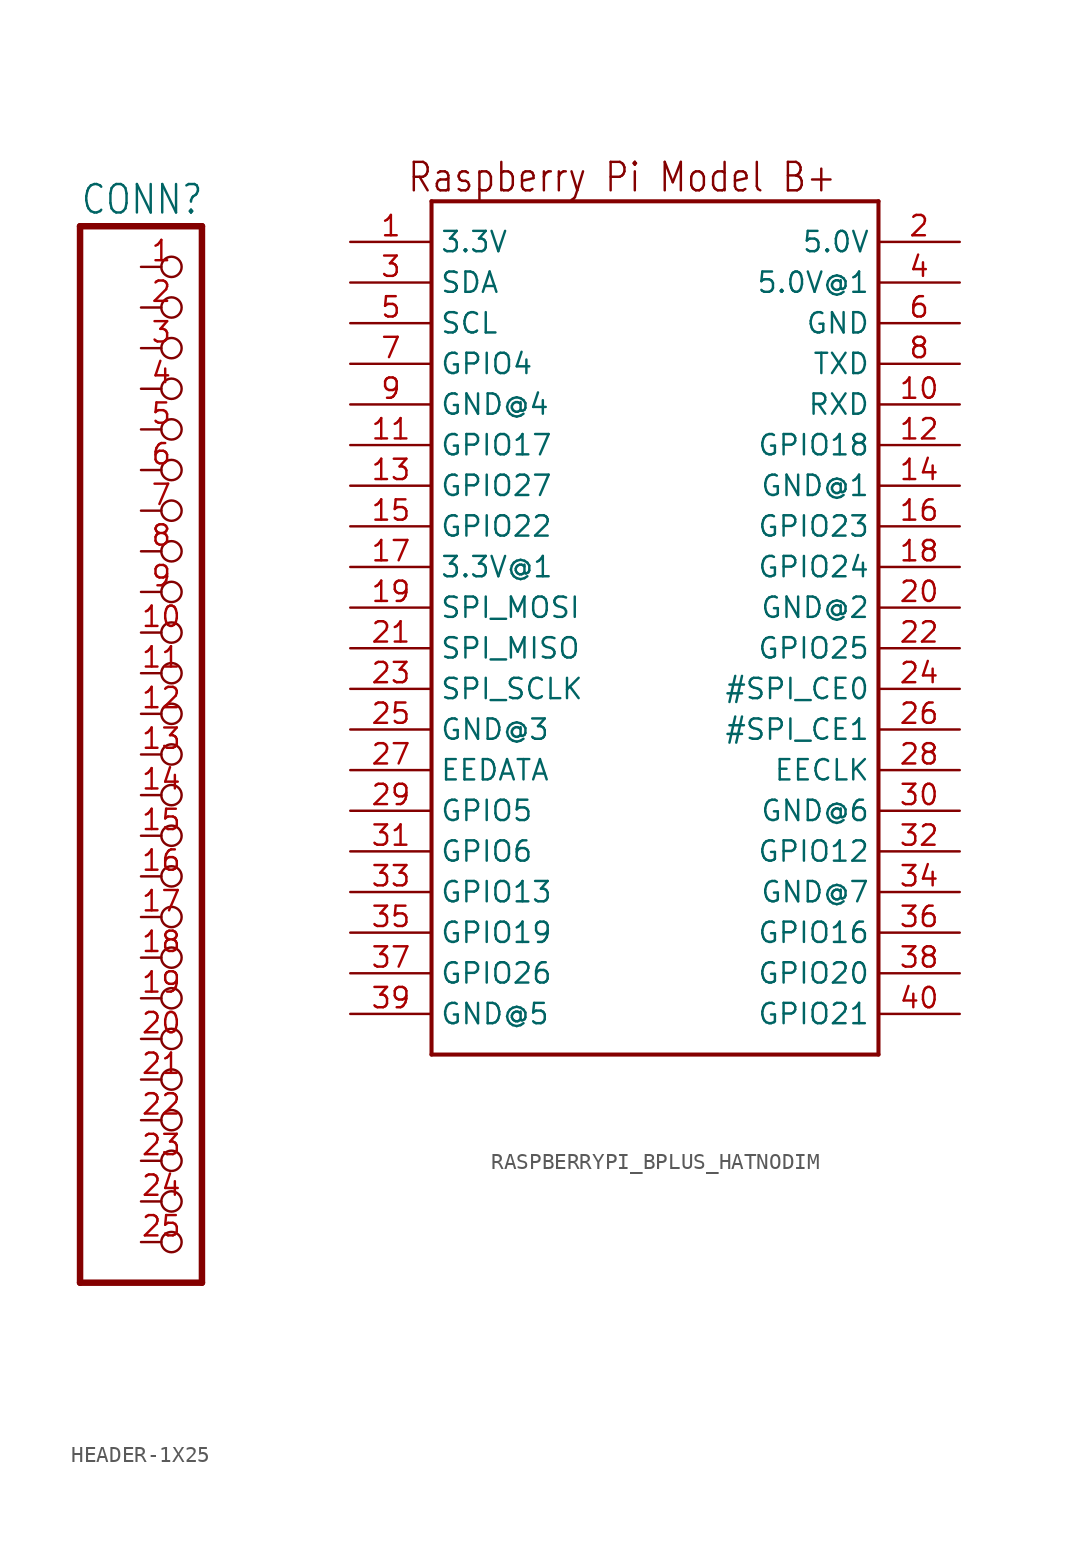
<source format=kicad_sym>
(kicad_symbol_lib
  (version 20231120)
  (generator "kicad_symbol_editor")
  (generator_version "8.0")
  (symbol "HEADER-1X25"
    (property "Reference" "CONN"
      (at -3.81 33.655 0)
      (effects (font (size 1.778 1.511)) (justify left bottom)))
    (property "Value" ""
      (at -3.81 -35.56 0)
      (effects (font (size 1.778 1.511)) (justify left bottom)))
    (property "ki_locked" ""
      (at 0 0 0)
      (effects (font (size 1.27 1.27))))
    (symbol "HEADER-1X25_1_0"
      (polyline (pts (xy -3.81 -33.02) (xy 3.81 -33.02)) (stroke (width 0.406) (type solid)) (fill (type none)))
      (polyline (pts (xy -3.81 33.02) (xy -3.81 -33.02)) (stroke (width 0.406) (type solid)) (fill (type none)))
      (polyline (pts (xy 3.81 -33.02) (xy 3.81 33.02)) (stroke (width 0.406) (type solid)) (fill (type none)))
      (polyline (pts (xy 3.81 33.02) (xy -3.81 33.02)) (stroke (width 0.406) (type solid)) (fill (type none)))
      (pin passive inverted (at 0 30.48 0) (length 2.54) (name "1" (effects (font (size 0 0)))) (number "1" (effects (font (size 1.27 1.27)))))
      (pin passive inverted (at 0 7.62 0) (length 2.54) (name "10" (effects (font (size 0 0)))) (number "10" (effects (font (size 1.27 1.27)))))
      (pin passive inverted (at 0 5.08 0) (length 2.54) (name "11" (effects (font (size 0 0)))) (number "11" (effects (font (size 1.27 1.27)))))
      (pin passive inverted (at 0 2.54 0) (length 2.54) (name "12" (effects (font (size 0 0)))) (number "12" (effects (font (size 1.27 1.27)))))
      (pin passive inverted (at 0 0 0) (length 2.54) (name "13" (effects (font (size 0 0)))) (number "13" (effects (font (size 1.27 1.27)))))
      (pin passive inverted (at 0 -2.54 0) (length 2.54) (name "14" (effects (font (size 0 0)))) (number "14" (effects (font (size 1.27 1.27)))))
      (pin passive inverted (at 0 -5.08 0) (length 2.54) (name "15" (effects (font (size 0 0)))) (number "15" (effects (font (size 1.27 1.27)))))
      (pin passive inverted (at 0 -7.62 0) (length 2.54) (name "16" (effects (font (size 0 0)))) (number "16" (effects (font (size 1.27 1.27)))))
      (pin passive inverted (at 0 -10.16 0) (length 2.54) (name "17" (effects (font (size 0 0)))) (number "17" (effects (font (size 1.27 1.27)))))
      (pin passive inverted (at 0 -12.7 0) (length 2.54) (name "18" (effects (font (size 0 0)))) (number "18" (effects (font (size 1.27 1.27)))))
      (pin passive inverted (at 0 -15.24 0) (length 2.54) (name "19" (effects (font (size 0 0)))) (number "19" (effects (font (size 1.27 1.27)))))
      (pin passive inverted (at 0 27.94 0) (length 2.54) (name "2" (effects (font (size 0 0)))) (number "2" (effects (font (size 1.27 1.27)))))
      (pin passive inverted (at 0 -17.78 0) (length 2.54) (name "20" (effects (font (size 0 0)))) (number "20" (effects (font (size 1.27 1.27)))))
      (pin passive inverted (at 0 -20.32 0) (length 2.54) (name "21" (effects (font (size 0 0)))) (number "21" (effects (font (size 1.27 1.27)))))
      (pin passive inverted (at 0 -22.86 0) (length 2.54) (name "22" (effects (font (size 0 0)))) (number "22" (effects (font (size 1.27 1.27)))))
      (pin passive inverted (at 0 -25.4 0) (length 2.54) (name "23" (effects (font (size 0 0)))) (number "23" (effects (font (size 1.27 1.27)))))
      (pin passive inverted (at 0 -27.94 0) (length 2.54) (name "24" (effects (font (size 0 0)))) (number "24" (effects (font (size 1.27 1.27)))))
      (pin passive inverted (at 0 -30.48 0) (length 2.54) (name "25" (effects (font (size 0 0)))) (number "25" (effects (font (size 1.27 1.27)))))
      (pin passive inverted (at 0 25.4 0) (length 2.54) (name "3" (effects (font (size 0 0)))) (number "3" (effects (font (size 1.27 1.27)))))
      (pin passive inverted (at 0 22.86 0) (length 2.54) (name "4" (effects (font (size 0 0)))) (number "4" (effects (font (size 1.27 1.27)))))
      (pin passive inverted (at 0 20.32 0) (length 2.54) (name "5" (effects (font (size 0 0)))) (number "5" (effects (font (size 1.27 1.27)))))
      (pin passive inverted (at 0 17.78 0) (length 2.54) (name "6" (effects (font (size 0 0)))) (number "6" (effects (font (size 1.27 1.27)))))
      (pin passive inverted (at 0 15.24 0) (length 2.54) (name "7" (effects (font (size 0 0)))) (number "7" (effects (font (size 1.27 1.27)))))
      (pin passive inverted (at 0 12.7 0) (length 2.54) (name "8" (effects (font (size 0 0)))) (number "8" (effects (font (size 1.27 1.27)))))
      (pin passive inverted (at 0 10.16 0) (length 2.54) (name "9" (effects (font (size 0 0)))) (number "9" (effects (font (size 1.27 1.27)))))))
  (symbol "RASPBERRYPI_BPLUS_HATNODIM"
    (property "Reference" "RPI"
      (at 0 0 0)
      (effects (font (size 1.27 1.27)) (hide yes)))
    (property "ki_locked" ""
      (at 0 0 0)
      (effects (font (size 1.27 1.27))))
    (symbol "RASPBERRYPI_BPLUS_HATNODIM_1_0"
      (polyline (pts (xy -12.7 -30.48) (xy -12.7 22.86)) (stroke (width 0.254) (type solid)) (fill (type none)))
      (polyline (pts (xy -12.7 22.86) (xy 15.24 22.86)) (stroke (width 0.254) (type solid)) (fill (type none)))
      (polyline (pts (xy 15.24 -30.48) (xy -12.7 -30.48)) (stroke (width 0.254) (type solid)) (fill (type none)))
      (polyline (pts (xy 15.24 22.86) (xy 15.24 -30.48)) (stroke (width 0.254) (type solid)) (fill (type none)))
      (text "Raspberry Pi Model B+" (at 12.7 25.4 0) (effects (font (size 1.778 1.511)) (justify right top)))
      (pin power_in line (at -17.78 20.32 0) (length 5.08) (name "3.3V" (effects (font (size 1.27 1.27)))) (number "1" (effects (font (size 1.27 1.27)))))
      (pin bidirectional line (at 20.32 10.16 180) (length 5.08) (name "RXD" (effects (font (size 1.27 1.27)))) (number "10" (effects (font (size 1.27 1.27)))))
      (pin bidirectional line (at -17.78 7.62 0) (length 5.08) (name "GPIO17" (effects (font (size 1.27 1.27)))) (number "11" (effects (font (size 1.27 1.27)))))
      (pin bidirectional line (at 20.32 7.62 180) (length 5.08) (name "GPIO18" (effects (font (size 1.27 1.27)))) (number "12" (effects (font (size 1.27 1.27)))))
      (pin bidirectional line (at -17.78 5.08 0) (length 5.08) (name "GPIO27" (effects (font (size 1.27 1.27)))) (number "13" (effects (font (size 1.27 1.27)))))
      (pin power_in line (at 20.32 5.08 180) (length 5.08) (name "GND@1" (effects (font (size 1.27 1.27)))) (number "14" (effects (font (size 1.27 1.27)))))
      (pin bidirectional line (at -17.78 2.54 0) (length 5.08) (name "GPIO22" (effects (font (size 1.27 1.27)))) (number "15" (effects (font (size 1.27 1.27)))))
      (pin bidirectional line (at 20.32 2.54 180) (length 5.08) (name "GPIO23" (effects (font (size 1.27 1.27)))) (number "16" (effects (font (size 1.27 1.27)))))
      (pin power_in line (at -17.78 0 0) (length 5.08) (name "3.3V@1" (effects (font (size 1.27 1.27)))) (number "17" (effects (font (size 1.27 1.27)))))
      (pin bidirectional line (at 20.32 0 180) (length 5.08) (name "GPIO24" (effects (font (size 1.27 1.27)))) (number "18" (effects (font (size 1.27 1.27)))))
      (pin bidirectional line (at -17.78 -2.54 0) (length 5.08) (name "SPI_MOSI" (effects (font (size 1.27 1.27)))) (number "19" (effects (font (size 1.27 1.27)))))
      (pin power_in line (at 20.32 20.32 180) (length 5.08) (name "5.0V" (effects (font (size 1.27 1.27)))) (number "2" (effects (font (size 1.27 1.27)))))
      (pin power_in line (at 20.32 -2.54 180) (length 5.08) (name "GND@2" (effects (font (size 1.27 1.27)))) (number "20" (effects (font (size 1.27 1.27)))))
      (pin bidirectional line (at -17.78 -5.08 0) (length 5.08) (name "SPI_MISO" (effects (font (size 1.27 1.27)))) (number "21" (effects (font (size 1.27 1.27)))))
      (pin bidirectional line (at 20.32 -5.08 180) (length 5.08) (name "GPIO25" (effects (font (size 1.27 1.27)))) (number "22" (effects (font (size 1.27 1.27)))))
      (pin bidirectional line (at -17.78 -7.62 0) (length 5.08) (name "SPI_SCLK" (effects (font (size 1.27 1.27)))) (number "23" (effects (font (size 1.27 1.27)))))
      (pin bidirectional line (at 20.32 -7.62 180) (length 5.08) (name "#SPI_CE0" (effects (font (size 1.27 1.27)))) (number "24" (effects (font (size 1.27 1.27)))))
      (pin power_in line (at -17.78 -10.16 0) (length 5.08) (name "GND@3" (effects (font (size 1.27 1.27)))) (number "25" (effects (font (size 1.27 1.27)))))
      (pin bidirectional line (at 20.32 -10.16 180) (length 5.08) (name "#SPI_CE1" (effects (font (size 1.27 1.27)))) (number "26" (effects (font (size 1.27 1.27)))))
      (pin bidirectional line (at -17.78 -12.7 0) (length 5.08) (name "EEDATA" (effects (font (size 1.27 1.27)))) (number "27" (effects (font (size 1.27 1.27)))))
      (pin bidirectional line (at 20.32 -12.7 180) (length 5.08) (name "EECLK" (effects (font (size 1.27 1.27)))) (number "28" (effects (font (size 1.27 1.27)))))
      (pin bidirectional line (at -17.78 -15.24 0) (length 5.08) (name "GPIO5" (effects (font (size 1.27 1.27)))) (number "29" (effects (font (size 1.27 1.27)))))
      (pin bidirectional line (at -17.78 17.78 0) (length 5.08) (name "SDA" (effects (font (size 1.27 1.27)))) (number "3" (effects (font (size 1.27 1.27)))))
      (pin power_in line (at 20.32 -15.24 180) (length 5.08) (name "GND@6" (effects (font (size 1.27 1.27)))) (number "30" (effects (font (size 1.27 1.27)))))
      (pin bidirectional line (at -17.78 -17.78 0) (length 5.08) (name "GPIO6" (effects (font (size 1.27 1.27)))) (number "31" (effects (font (size 1.27 1.27)))))
      (pin bidirectional line (at 20.32 -17.78 180) (length 5.08) (name "GPIO12" (effects (font (size 1.27 1.27)))) (number "32" (effects (font (size 1.27 1.27)))))
      (pin bidirectional line (at -17.78 -20.32 0) (length 5.08) (name "GPIO13" (effects (font (size 1.27 1.27)))) (number "33" (effects (font (size 1.27 1.27)))))
      (pin power_in line (at 20.32 -20.32 180) (length 5.08) (name "GND@7" (effects (font (size 1.27 1.27)))) (number "34" (effects (font (size 1.27 1.27)))))
      (pin bidirectional line (at -17.78 -22.86 0) (length 5.08) (name "GPIO19" (effects (font (size 1.27 1.27)))) (number "35" (effects (font (size 1.27 1.27)))))
      (pin bidirectional line (at 20.32 -22.86 180) (length 5.08) (name "GPIO16" (effects (font (size 1.27 1.27)))) (number "36" (effects (font (size 1.27 1.27)))))
      (pin bidirectional line (at -17.78 -25.4 0) (length 5.08) (name "GPIO26" (effects (font (size 1.27 1.27)))) (number "37" (effects (font (size 1.27 1.27)))))
      (pin bidirectional line (at 20.32 -25.4 180) (length 5.08) (name "GPIO20" (effects (font (size 1.27 1.27)))) (number "38" (effects (font (size 1.27 1.27)))))
      (pin power_in line (at -17.78 -27.94 0) (length 5.08) (name "GND@5" (effects (font (size 1.27 1.27)))) (number "39" (effects (font (size 1.27 1.27)))))
      (pin power_in line (at 20.32 17.78 180) (length 5.08) (name "5.0V@1" (effects (font (size 1.27 1.27)))) (number "4" (effects (font (size 1.27 1.27)))))
      (pin bidirectional line (at 20.32 -27.94 180) (length 5.08) (name "GPIO21" (effects (font (size 1.27 1.27)))) (number "40" (effects (font (size 1.27 1.27)))))
      (pin bidirectional line (at -17.78 15.24 0) (length 5.08) (name "SCL" (effects (font (size 1.27 1.27)))) (number "5" (effects (font (size 1.27 1.27)))))
      (pin power_in line (at 20.32 15.24 180) (length 5.08) (name "GND" (effects (font (size 1.27 1.27)))) (number "6" (effects (font (size 1.27 1.27)))))
      (pin bidirectional line (at -17.78 12.7 0) (length 5.08) (name "GPIO4" (effects (font (size 1.27 1.27)))) (number "7" (effects (font (size 1.27 1.27)))))
      (pin bidirectional line (at 20.32 12.7 180) (length 5.08) (name "TXD" (effects (font (size 1.27 1.27)))) (number "8" (effects (font (size 1.27 1.27)))))
      (pin power_in line (at -17.78 10.16 0) (length 5.08) (name "GND@4" (effects (font (size 1.27 1.27)))) (number "9" (effects (font (size 1.27 1.27))))))))
</source>
